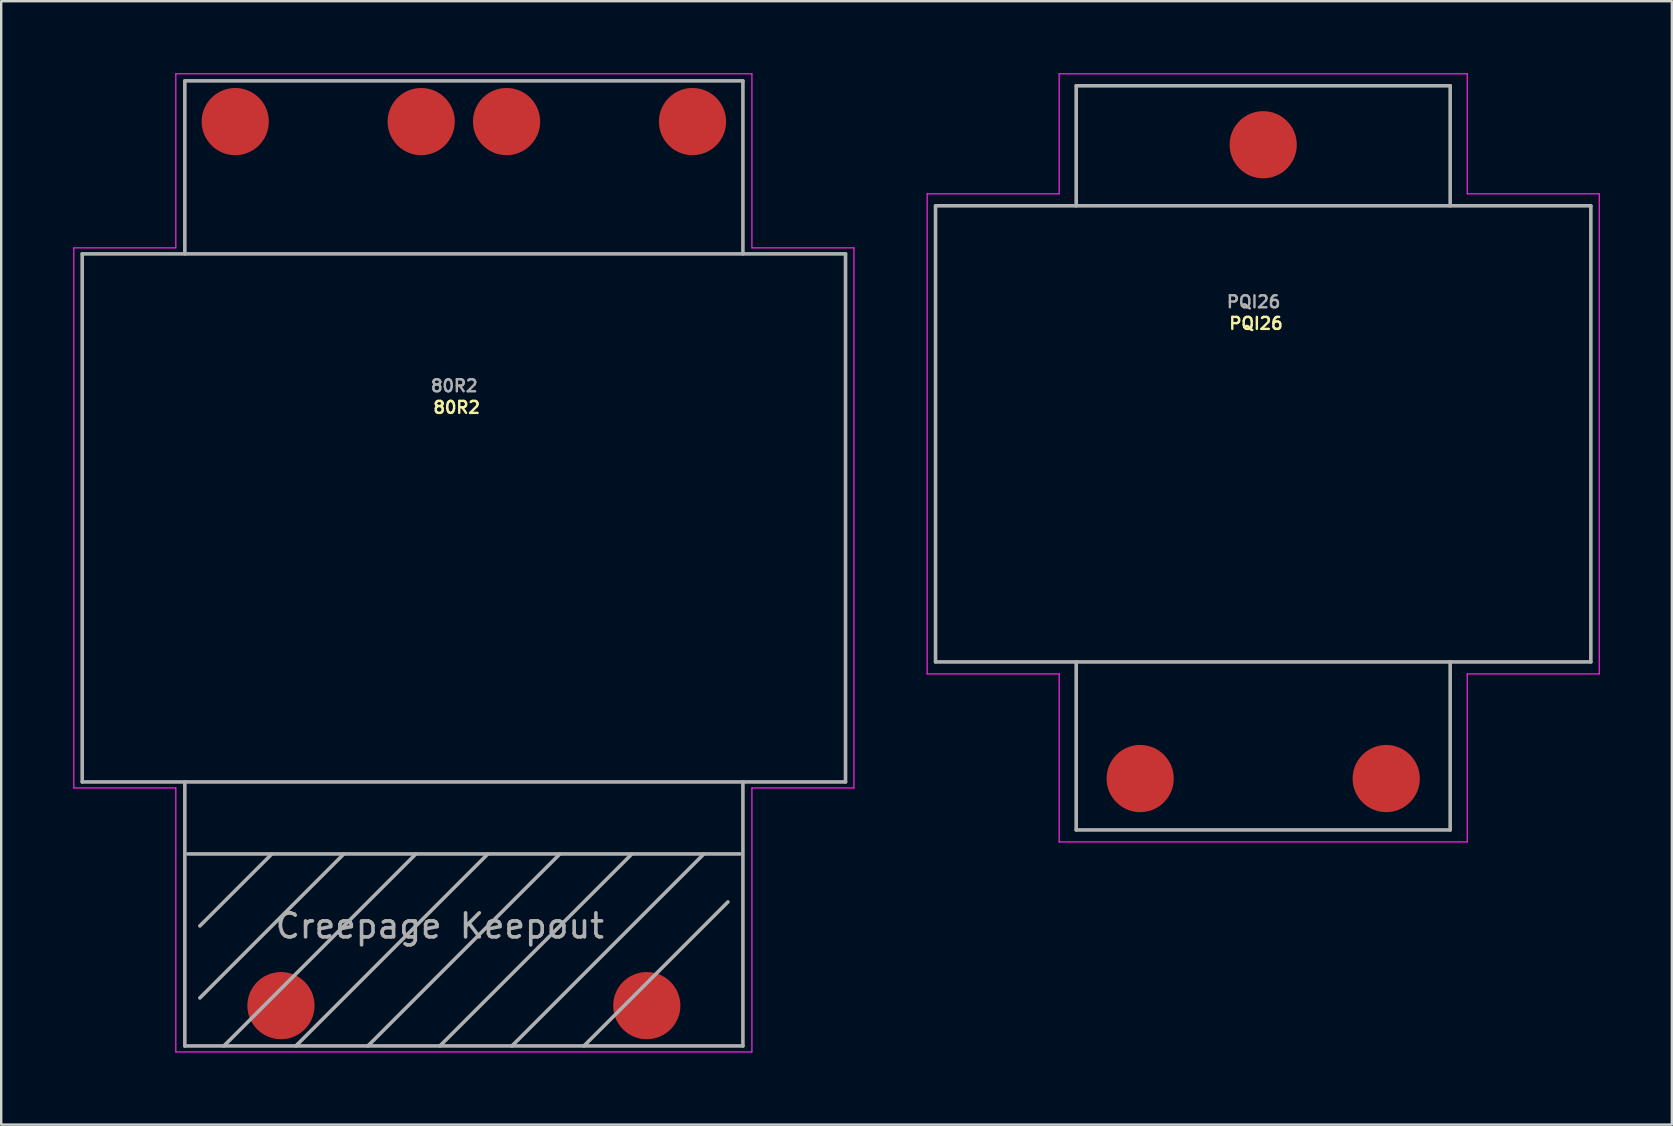
<source format=kicad_pcb>
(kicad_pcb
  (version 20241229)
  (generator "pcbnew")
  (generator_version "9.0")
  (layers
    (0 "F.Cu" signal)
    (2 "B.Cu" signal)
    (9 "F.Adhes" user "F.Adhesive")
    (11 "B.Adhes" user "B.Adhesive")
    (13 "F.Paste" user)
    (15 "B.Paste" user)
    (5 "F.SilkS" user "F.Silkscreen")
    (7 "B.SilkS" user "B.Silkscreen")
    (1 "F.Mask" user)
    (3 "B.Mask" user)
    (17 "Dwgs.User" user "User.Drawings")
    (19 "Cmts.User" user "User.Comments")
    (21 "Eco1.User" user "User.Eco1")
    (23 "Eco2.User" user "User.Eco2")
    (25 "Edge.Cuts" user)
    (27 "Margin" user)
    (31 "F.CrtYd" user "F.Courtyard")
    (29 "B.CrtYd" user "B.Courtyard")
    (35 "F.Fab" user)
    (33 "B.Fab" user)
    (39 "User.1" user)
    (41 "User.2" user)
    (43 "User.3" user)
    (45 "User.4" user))
  (footprint "PQI26"
    (layer "F.Cu")
    (at 49.575 15.025)
    (property "Reference" "PQI26" (at -0.3 -4.6 0) (layer "F.SilkS") (effects (font (size 0.5 0.5) (thickness 0.1))))
    (attr smd)
    (fp_line (start -14 -10) (end -8.5 -10) (stroke (width 0.05) (type solid)) (layer "F.CrtYd"))
    (fp_line (start -14 10) (end -14 -10) (stroke (width 0.05) (type solid)) (layer "F.CrtYd"))
    (fp_line (start -8.5 -15) (end -8.5 -10) (stroke (width 0.05) (type solid)) (layer "F.CrtYd"))
    (fp_line (start -8.5 10) (end -14 10) (stroke (width 0.05) (type solid)) (layer "F.CrtYd"))
    (fp_line (start -8.5 17) (end -8.5 10) (stroke (width 0.05) (type solid)) (layer "F.CrtYd"))
    (fp_line (start -8.5 17) (end 8.5 17) (stroke (width 0.05) (type solid)) (layer "F.CrtYd"))
    (fp_line (start 8.5 -15) (end -8.5 -15) (stroke (width 0.05) (type solid)) (layer "F.CrtYd"))
    (fp_line (start 8.5 -10) (end 8.5 -15) (stroke (width 0.05) (type solid)) (layer "F.CrtYd"))
    (fp_line (start 8.5 10) (end 14 10) (stroke (width 0.05) (type solid)) (layer "F.CrtYd"))
    (fp_line (start 8.5 17) (end 8.5 10) (stroke (width 0.05) (type solid)) (layer "F.CrtYd"))
    (fp_line (start 14 -10) (end 8.5 -10) (stroke (width 0.05) (type solid)) (layer "F.CrtYd"))
    (fp_line (start 14 10) (end 14 -10) (stroke (width 0.05) (type solid)) (layer "F.CrtYd"))
    (fp_line (start -13.65 -9.5) (end 13.65 -9.5) (stroke (width 0.15) (type solid)) (layer "F.Fab"))
    (fp_line (start -13.65 9.5) (end -13.65 -9.5) (stroke (width 0.15) (type solid)) (layer "F.Fab"))
    (fp_line (start -7.79 -14.5) (end 7.79 -14.5) (stroke (width 0.15) (type solid)) (layer "F.Fab"))
    (fp_line (start -7.79 -9.5) (end -7.79 -14.5) (stroke (width 0.15) (type solid)) (layer "F.Fab"))
    (fp_line (start -7.79 9.5) (end -7.79 16.5) (stroke (width 0.15) (type solid)) (layer "F.Fab"))
    (fp_line (start -7.79 16.5) (end 7.79 16.5) (stroke (width 0.15) (type solid)) (layer "F.Fab"))
    (fp_line (start 7.79 -14.5) (end 7.79 -9.5) (stroke (width 0.15) (type solid)) (layer "F.Fab"))
    (fp_line (start 7.79 16.5) (end 7.79 9.5) (stroke (width 0.15) (type solid)) (layer "F.Fab"))
    (fp_line (start 13.65 -9.5) (end 13.65 9.5) (stroke (width 0.15) (type solid)) (layer "F.Fab"))
    (fp_line (start 13.65 9.5) (end -13.65 9.5) (stroke (width 0.15) (type solid)) (layer "F.Fab"))
    (fp_text user "${REFERENCE}" (at -0.4 -5.5 0) (layer "F.Fab") (effects (font (size 0.5 0.5) (thickness 0.1))))
    (pad "1" smd circle (at -5.125 14.36) (size 2.8 2.8) (layers "F.Cu" "F.Mask" "F.Paste"))
    (pad "2" smd circle (at 5.125 14.36) (size 2.8 2.8) (layers "F.Cu" "F.Mask" "F.Paste"))
    (pad "3" smd circle (at 0 -12.045) (size 2.8 2.8) (layers "F.Cu" "F.Mask" "F.Paste")))
  (footprint "80R2"
    (layer "F.Cu")
    (at 16.275 18.525)
    (property "Reference" "80R2" (at -0.3 -4.6 0) (layer "F.SilkS") (effects (font (size 0.5 0.5) (thickness 0.1))))
    (attr through_hole)
    (fp_line (start -16.25 -11.25) (end -12 -11.25) (stroke (width 0.05) (type solid)) (layer "F.CrtYd"))
    (fp_line (start -16.25 11.25) (end -16.25 -11.25) (stroke (width 0.05) (type solid)) (layer "F.CrtYd"))
    (fp_line (start -12 -18.5) (end 12 -18.5) (stroke (width 0.05) (type solid)) (layer "F.CrtYd"))
    (fp_line (start -12 -11.25) (end -12 -18.5) (stroke (width 0.05) (type solid)) (layer "F.CrtYd"))
    (fp_line (start -12 11.25) (end -16.25 11.25) (stroke (width 0.05) (type solid)) (layer "F.CrtYd"))
    (fp_line (start -12 22.25) (end -12 11.25) (stroke (width 0.05) (type solid)) (layer "F.CrtYd"))
    (fp_line (start 12 -18.5) (end 12 -11.25) (stroke (width 0.05) (type solid)) (layer "F.CrtYd"))
    (fp_line (start 12 -11.25) (end 16.25 -11.25) (stroke (width 0.05) (type solid)) (layer "F.CrtYd"))
    (fp_line (start 12 11.25) (end 12 22.25) (stroke (width 0.05) (type solid)) (layer "F.CrtYd"))
    (fp_line (start 12 22.25) (end -12 22.25) (stroke (width 0.05) (type solid)) (layer "F.CrtYd"))
    (fp_line (start 16.25 -11.25) (end 16.25 11.25) (stroke (width 0.05) (type solid)) (layer "F.CrtYd"))
    (fp_line (start 16.25 11.25) (end 12 11.25) (stroke (width 0.05) (type solid)) (layer "F.CrtYd"))
    (fp_line (start -15.9 -11) (end 15.9 -11) (stroke (width 0.15) (type solid)) (layer "F.Fab"))
    (fp_line (start -15.9 11) (end -15.9 -11) (stroke (width 0.15) (type solid)) (layer "F.Fab"))
    (fp_line (start -15.9 11) (end 15.9 11) (stroke (width 0.15) (type solid)) (layer "F.Fab"))
    (fp_line (start -11.625 -18.207) (end 11.625 -18.207) (stroke (width 0.15) (type solid)) (layer "F.Fab"))
    (fp_line (start -11.625 -18.2) (end -11.625 -11) (stroke (width 0.15) (type solid)) (layer "F.Fab"))
    (fp_line (start -11.625 11) (end -11.625 22) (stroke (width 0.15) (type solid)) (layer "F.Fab"))
    (fp_line (start -11.5 14) (end 11.5 14) (stroke (width 0.15) (type solid)) (layer "F.Fab"))
    (fp_line (start -11 17) (end -8 14) (stroke (width 0.15) (type solid)) (layer "F.Fab"))
    (fp_line (start -11 20) (end -5 14) (stroke (width 0.15) (type solid)) (layer "F.Fab"))
    (fp_line (start -10 22) (end -2 14) (stroke (width 0.15) (type solid)) (layer "F.Fab"))
    (fp_line (start -7 22) (end 1 14) (stroke (width 0.15) (type solid)) (layer "F.Fab"))
    (fp_line (start -4 22) (end 4 14) (stroke (width 0.15) (type solid)) (layer "F.Fab"))
    (fp_line (start -1 22) (end 7 14) (stroke (width 0.15) (type solid)) (layer "F.Fab"))
    (fp_line (start 2 22) (end 10 14) (stroke (width 0.15) (type solid)) (layer "F.Fab"))
    (fp_line (start 5 22) (end 11 16) (stroke (width 0.15) (type solid)) (layer "F.Fab"))
    (fp_line (start 11.625 -18.2) (end 11.625 -11) (stroke (width 0.15) (type solid)) (layer "F.Fab"))
    (fp_line (start 11.625 11) (end 11.625 22) (stroke (width 0.15) (type solid)) (layer "F.Fab"))
    (fp_line (start 11.625 22) (end -11.625 22) (stroke (width 0.15) (type solid)) (layer "F.Fab"))
    (fp_line (start 15.9 -11) (end 15.9 11) (stroke (width 0.15) (type solid)) (layer "F.Fab"))
    (fp_text user "Creepage Keepout" (at -1 17 0) (layer "F.Fab") (effects (font (size 1 1) (thickness 0.15))))
    (fp_text user "${REFERENCE}" (at -0.4 -5.5 0) (layer "F.Fab") (effects (font (size 0.5 0.5) (thickness 0.1))))
    (pad "2" smd circle (at -7.62 20.32) (size 2.8 2.8) (layers "F.Cu" "F.Mask" "F.Paste"))
    (pad "6" smd circle (at 7.62 20.32) (size 2.8 2.8) (layers "F.Cu" "F.Mask" "F.Paste"))
    (pad "8" smd circle (at 9.525 -16.51) (size 2.8 2.8) (layers "F.Cu" "F.Mask" "F.Paste"))
    (pad "10" smd circle (at 1.778 -16.51) (size 2.8 2.8) (layers "F.Cu" "F.Mask" "F.Paste"))
    (pad "11" smd circle (at -1.778 -16.51) (size 2.8 2.8) (layers "F.Cu" "F.Mask" "F.Paste"))
    (pad "13" smd circle (at -9.525 -16.51) (size 2.8 2.8) (layers "F.Cu" "F.Mask" "F.Paste")))
  (gr_rect
    (start -3 -3)
    (end 66.6 43.8)
    (stroke (width 0.1) (type default))
    (fill no)
    (layer "Edge.Cuts")))
</source>
